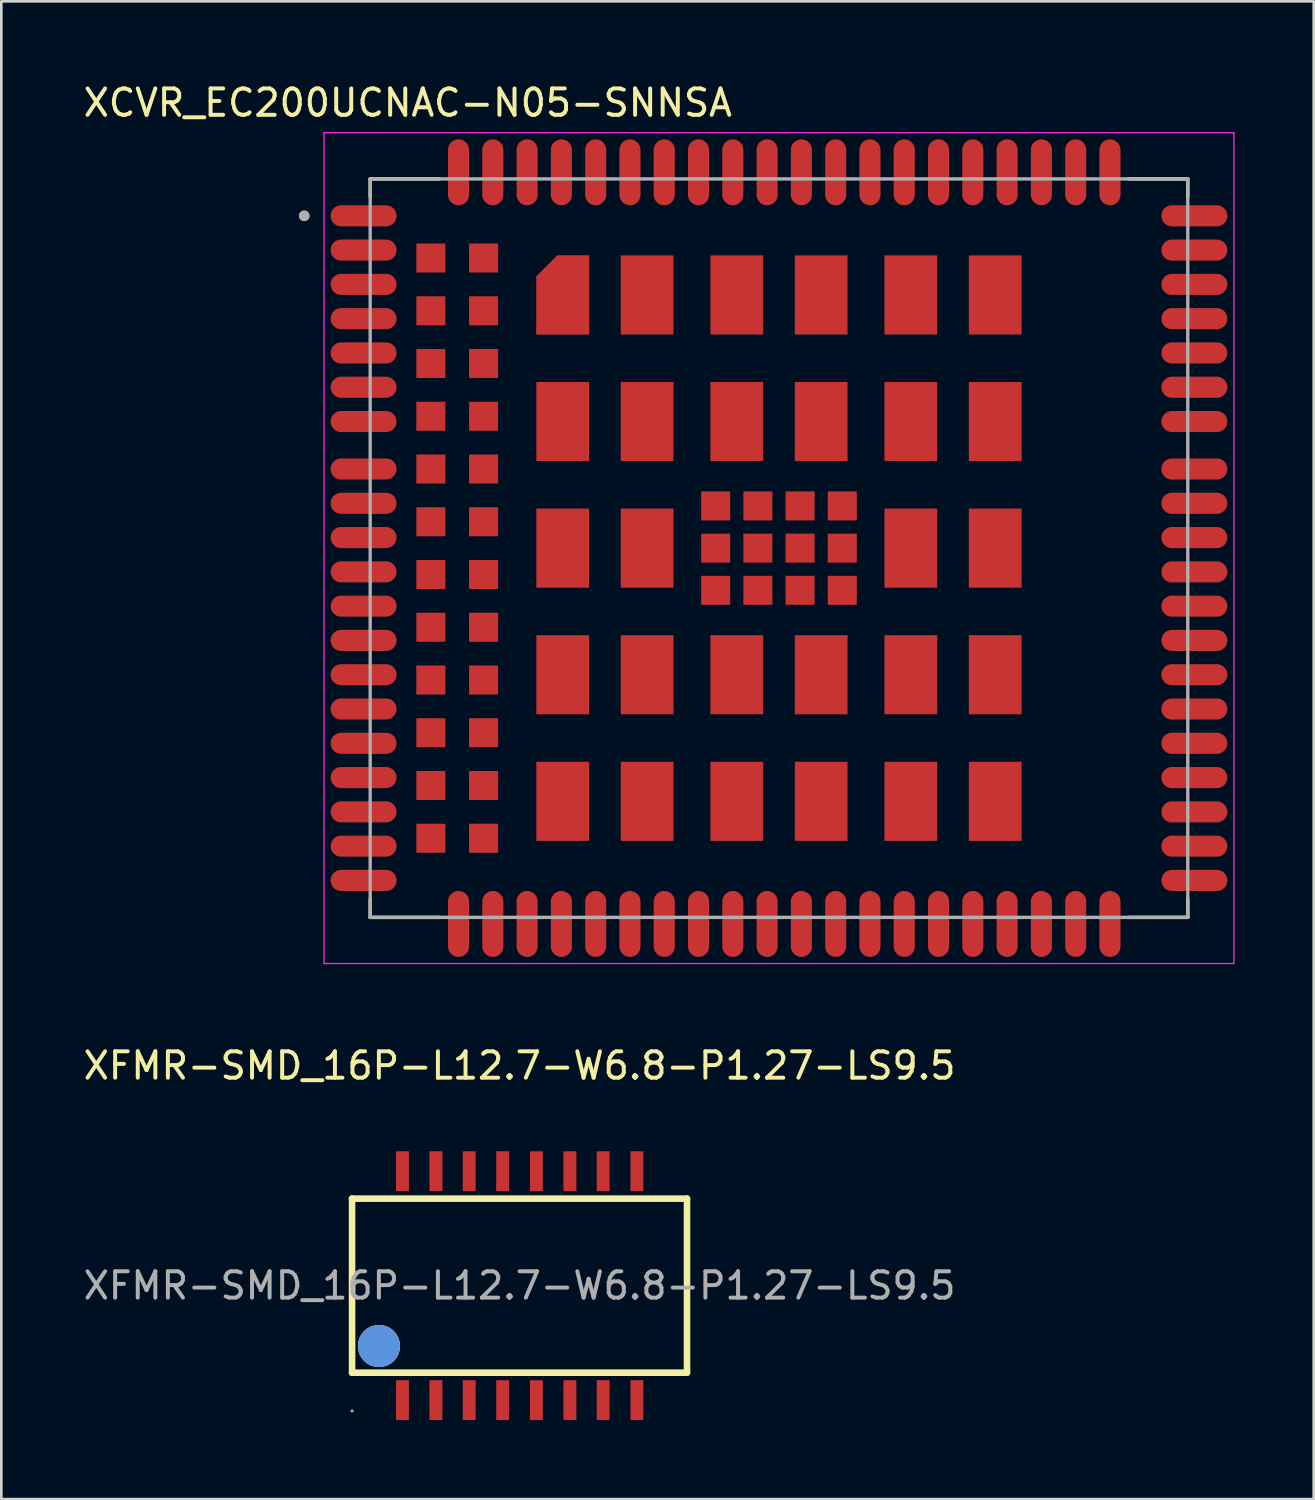
<source format=kicad_pcb>
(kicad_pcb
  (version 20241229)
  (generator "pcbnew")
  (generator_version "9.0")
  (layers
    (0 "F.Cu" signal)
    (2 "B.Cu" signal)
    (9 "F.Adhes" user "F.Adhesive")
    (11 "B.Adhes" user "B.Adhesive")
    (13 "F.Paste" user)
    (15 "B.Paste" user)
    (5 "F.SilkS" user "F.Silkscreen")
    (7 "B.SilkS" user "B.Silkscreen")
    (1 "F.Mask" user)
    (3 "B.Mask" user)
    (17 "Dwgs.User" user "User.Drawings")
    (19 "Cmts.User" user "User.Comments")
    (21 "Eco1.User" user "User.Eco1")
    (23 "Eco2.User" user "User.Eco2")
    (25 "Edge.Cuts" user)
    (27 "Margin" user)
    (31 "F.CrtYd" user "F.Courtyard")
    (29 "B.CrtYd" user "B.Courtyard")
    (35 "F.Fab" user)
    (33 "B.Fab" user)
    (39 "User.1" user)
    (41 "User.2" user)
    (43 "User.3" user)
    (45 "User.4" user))
  (footprint "XFMR-SMD_16P-L12.7-W6.8-P1.27-LS9.5"
    (layer "F.Cu")
    (at 16.649 45.697)
    (property "Reference" "XFMR-SMD_16P-L12.7-W6.8-P1.27-LS9.5" (at 0 -8.34 0) (layer "F.SilkS") (effects (font (size 1 1) (thickness 0.15))))
    (attr through_hole)
    (fp_line (start -6.35 -3.3) (end -6.35 3.3) (stroke (width 0.25) (type solid)) (layer "F.SilkS"))
    (fp_line (start -6.35 3.3) (end 6.35 3.3) (stroke (width 0.25) (type solid)) (layer "F.SilkS"))
    (fp_line (start 6.35 -3.3) (end -6.35 -3.3) (stroke (width 0.25) (type solid)) (layer "F.SilkS"))
    (fp_line (start 6.35 3.3) (end 6.35 -3.3) (stroke (width 0.25) (type solid)) (layer "F.SilkS"))
    (fp_circle (center -5.33 2.29) (end -4.93 2.29) (stroke (width 0.8) (type solid)) (fill no) (layer "F.SilkS"))
    (fp_circle (center -5.33 2.29) (end -4.93 2.29) (stroke (width 0.8) (type solid)) (fill no) (layer "Cmts.User"))
    (fp_circle (center -6.35 4.75) (end -6.32 4.75) (stroke (width 0.06) (type solid)) (fill no) (layer "F.Fab"))
    (fp_text user "${REFERENCE}" (at 0 0 0) (layer "F.Fab") (effects (font (size 1 1) (thickness 0.15))))
    (pad "1" smd rect (at -4.44 4.34) (size 0.49 1.51) (layers "F.Cu" "F.Mask" "F.Paste"))
    (pad "2" smd rect (at -3.17 4.34) (size 0.49 1.51) (layers "F.Cu" "F.Mask" "F.Paste"))
    (pad "3" smd rect (at -1.91 4.34) (size 0.49 1.51) (layers "F.Cu" "F.Mask" "F.Paste"))
    (pad "4" smd rect (at -0.64 4.34) (size 0.49 1.51) (layers "F.Cu" "F.Mask" "F.Paste"))
    (pad "5" smd rect (at 0.64 4.34) (size 0.49 1.51) (layers "F.Cu" "F.Mask" "F.Paste"))
    (pad "6" smd rect (at 1.91 4.34) (size 0.49 1.51) (layers "F.Cu" "F.Mask" "F.Paste"))
    (pad "7" smd rect (at 3.17 4.34) (size 0.49 1.51) (layers "F.Cu" "F.Mask" "F.Paste"))
    (pad "8" smd rect (at 4.45 4.34) (size 0.49 1.51) (layers "F.Cu" "F.Mask" "F.Paste"))
    (pad "9" smd rect (at 4.45 -4.34) (size 0.49 1.51) (layers "F.Cu" "F.Mask" "F.Paste"))
    (pad "10" smd rect (at 3.17 -4.34) (size 0.49 1.51) (layers "F.Cu" "F.Mask" "F.Paste"))
    (pad "11" smd rect (at 1.91 -4.34) (size 0.49 1.51) (layers "F.Cu" "F.Mask" "F.Paste"))
    (pad "12" smd rect (at 0.64 -4.34) (size 0.49 1.51) (layers "F.Cu" "F.Mask" "F.Paste"))
    (pad "13" smd rect (at -0.64 -4.34) (size 0.49 1.51) (layers "F.Cu" "F.Mask" "F.Paste"))
    (pad "14" smd rect (at -1.91 -4.34) (size 0.49 1.51) (layers "F.Cu" "F.Mask" "F.Paste"))
    (pad "15" smd rect (at -3.17 -4.34) (size 0.49 1.51) (layers "F.Cu" "F.Mask" "F.Paste"))
    (pad "16" smd rect (at -4.44 -4.34) (size 0.49 1.51) (layers "F.Cu" "F.Mask" "F.Paste")))
  (footprint "XCVR_EC200UCNAC-N05-SNNSA"
    (layer "F.Cu")
    (at 26.486 17.733)
    (property "Reference" "XCVR_EC200UCNAC-N05-SNNSA" (at -14.075 -16.885 0) (layer "F.SilkS") (effects (font (size 1 1) (thickness 0.15))))
    (attr smd)
    (fp_poly (pts (xy -7.1 -11.2) (xy -8.45 -11.2) (xy -9.3 -10.35) (xy -9.3 -8) (xy -7.1 -8)) (stroke (width 0.01) (type solid)) (fill yes) (layer "F.Mask"))
    (fp_line (start -15.5 -14) (end -12.87 -14) (stroke (width 0.127) (type solid)) (layer "F.SilkS"))
    (fp_line (start -15.5 -13.32) (end -15.5 -14) (stroke (width 0.127) (type solid)) (layer "F.SilkS"))
    (fp_line (start -15.5 14) (end -15.5 13.32) (stroke (width 0.127) (type solid)) (layer "F.SilkS"))
    (fp_line (start -12.87 14) (end -15.5 14) (stroke (width 0.127) (type solid)) (layer "F.SilkS"))
    (fp_line (start 13.27 -14) (end 15.5 -14) (stroke (width 0.127) (type solid)) (layer "F.SilkS"))
    (fp_line (start 15.5 -14) (end 15.5 -13.32) (stroke (width 0.127) (type solid)) (layer "F.SilkS"))
    (fp_line (start 15.5 14) (end 13.27 14) (stroke (width 0.127) (type solid)) (layer "F.SilkS"))
    (fp_line (start 15.5 14) (end 15.5 13.32) (stroke (width 0.127) (type solid)) (layer "F.SilkS"))
    (fp_circle (center -18 -12.6) (end -17.9 -12.6) (stroke (width 0.2) (type solid)) (fill no) (layer "F.SilkS"))
    (fp_poly (pts (xy -7.2 -11.1) (xy -8.4 -11.1) (xy -9.2 -10.3) (xy -9.2 -8.1) (xy -7.2 -8.1)) (stroke (width 0.01) (type solid)) (fill yes) (layer "F.Paste"))
    (fp_line (start -17.25 -15.75) (end -17.25 15.75) (stroke (width 0.05) (type solid)) (layer "F.CrtYd"))
    (fp_line (start -17.25 15.75) (end 17.25 15.75) (stroke (width 0.05) (type solid)) (layer "F.CrtYd"))
    (fp_line (start 17.25 -15.75) (end -17.25 -15.75) (stroke (width 0.05) (type solid)) (layer "F.CrtYd"))
    (fp_line (start 17.25 15.75) (end 17.25 -15.75) (stroke (width 0.05) (type solid)) (layer "F.CrtYd"))
    (fp_line (start -15.5 -14) (end 15.5 -14) (stroke (width 0.127) (type solid)) (layer "F.Fab"))
    (fp_line (start -15.5 14) (end -15.5 -14) (stroke (width 0.127) (type solid)) (layer "F.Fab"))
    (fp_line (start 15.5 -14) (end 15.5 14) (stroke (width 0.127) (type solid)) (layer "F.Fab"))
    (fp_line (start 15.5 14) (end -15.5 14) (stroke (width 0.127) (type solid)) (layer "F.Fab"))
    (fp_circle (center -18 -12.6) (end -17.9 -12.6) (stroke (width 0.2) (type solid)) (fill no) (layer "F.Fab"))
    (pad "1" smd oval (at -15.75 -12.6) (size 2.5 0.8) (layers "F.Cu" "F.Mask" "F.Paste"))
    (pad "2" smd oval (at -15.75 -11.3) (size 2.5 0.8) (layers "F.Cu" "F.Mask" "F.Paste"))
    (pad "3" smd oval (at -15.75 -10) (size 2.5 0.8) (layers "F.Cu" "F.Mask" "F.Paste"))
    (pad "4" smd oval (at -15.75 -8.7) (size 2.5 0.8) (layers "F.Cu" "F.Mask" "F.Paste"))
    (pad "5" smd oval (at -15.75 -7.4) (size 2.5 0.8) (layers "F.Cu" "F.Mask" "F.Paste"))
    (pad "6" smd oval (at -15.75 -6.1) (size 2.5 0.8) (layers "F.Cu" "F.Mask" "F.Paste"))
    (pad "7" smd oval (at -15.75 -4.8) (size 2.5 0.8) (layers "F.Cu" "F.Mask" "F.Paste"))
    (pad "8" smd oval (at -15.75 -0.4) (size 2.5 0.8) (layers "F.Cu" "F.Mask" "F.Paste"))
    (pad "9" smd oval (at -15.75 0.9) (size 2.5 0.8) (layers "F.Cu" "F.Mask" "F.Paste"))
    (pad "10" smd oval (at -15.75 2.2) (size 2.5 0.8) (layers "F.Cu" "F.Mask" "F.Paste"))
    (pad "11" smd oval (at -15.75 3.5) (size 2.5 0.8) (layers "F.Cu" "F.Mask" "F.Paste"))
    (pad "12" smd oval (at -15.75 4.8) (size 2.5 0.8) (layers "F.Cu" "F.Mask" "F.Paste"))
    (pad "13" smd oval (at -15.75 6.1) (size 2.5 0.8) (layers "F.Cu" "F.Mask" "F.Paste"))
    (pad "14" smd oval (at -15.75 7.4) (size 2.5 0.8) (layers "F.Cu" "F.Mask" "F.Paste"))
    (pad "15" smd oval (at -15.75 8.7) (size 2.5 0.8) (layers "F.Cu" "F.Mask" "F.Paste"))
    (pad "16" smd oval (at -15.75 10) (size 2.5 0.8) (layers "F.Cu" "F.Mask" "F.Paste"))
    (pad "17" smd oval (at -15.75 11.3) (size 2.5 0.8) (layers "F.Cu" "F.Mask" "F.Paste"))
    (pad "18" smd oval (at -15.75 12.6) (size 2.5 0.8) (layers "F.Cu" "F.Mask" "F.Paste"))
    (pad "19" smd oval (at -9.55 14.25) (size 0.8 2.5) (layers "F.Cu" "F.Mask" "F.Paste"))
    (pad "20" smd oval (at -8.25 14.25) (size 0.8 2.5) (layers "F.Cu" "F.Mask" "F.Paste"))
    (pad "21" smd oval (at -6.95 14.25) (size 0.8 2.5) (layers "F.Cu" "F.Mask" "F.Paste"))
    (pad "22" smd oval (at -5.65 14.25) (size 0.8 2.5) (layers "F.Cu" "F.Mask" "F.Paste"))
    (pad "23" smd oval (at -4.35 14.25) (size 0.8 2.5) (layers "F.Cu" "F.Mask" "F.Paste"))
    (pad "24" smd oval (at -3.05 14.25) (size 0.8 2.5) (layers "F.Cu" "F.Mask" "F.Paste"))
    (pad "25" smd oval (at -1.75 14.25) (size 0.8 2.5) (layers "F.Cu" "F.Mask" "F.Paste"))
    (pad "26" smd oval (at -0.45 14.25) (size 0.8 2.5) (layers "F.Cu" "F.Mask" "F.Paste"))
    (pad "27" smd oval (at 0.85 14.25) (size 0.8 2.5) (layers "F.Cu" "F.Mask" "F.Paste"))
    (pad "28" smd oval (at 2.15 14.25) (size 0.8 2.5) (layers "F.Cu" "F.Mask" "F.Paste"))
    (pad "29" smd oval (at 3.45 14.25) (size 0.8 2.5) (layers "F.Cu" "F.Mask" "F.Paste"))
    (pad "30" smd oval (at 4.75 14.25) (size 0.8 2.5) (layers "F.Cu" "F.Mask" "F.Paste"))
    (pad "31" smd oval (at 6.05 14.25) (size 0.8 2.5) (layers "F.Cu" "F.Mask" "F.Paste"))
    (pad "32" smd oval (at 7.35 14.25) (size 0.8 2.5) (layers "F.Cu" "F.Mask" "F.Paste"))
    (pad "33" smd oval (at 8.65 14.25) (size 0.8 2.5) (layers "F.Cu" "F.Mask" "F.Paste"))
    (pad "34" smd oval (at 9.95 14.25) (size 0.8 2.5) (layers "F.Cu" "F.Mask" "F.Paste"))
    (pad "35" smd oval (at 11.25 14.25) (size 0.8 2.5) (layers "F.Cu" "F.Mask" "F.Paste"))
    (pad "36" smd oval (at 12.55 14.25) (size 0.8 2.5) (layers "F.Cu" "F.Mask" "F.Paste"))
    (pad "37" smd oval (at 15.75 12.6) (size 2.5 0.8) (layers "F.Cu" "F.Mask" "F.Paste"))
    (pad "38" smd oval (at 15.75 11.3) (size 2.5 0.8) (layers "F.Cu" "F.Mask" "F.Paste"))
    (pad "39" smd oval (at 15.75 10) (size 2.5 0.8) (layers "F.Cu" "F.Mask" "F.Paste"))
    (pad "40" smd oval (at 15.75 8.7) (size 2.5 0.8) (layers "F.Cu" "F.Mask" "F.Paste"))
    (pad "41" smd oval (at 15.75 7.4) (size 2.5 0.8) (layers "F.Cu" "F.Mask" "F.Paste"))
    (pad "42" smd oval (at 15.75 6.1) (size 2.5 0.8) (layers "F.Cu" "F.Mask" "F.Paste"))
    (pad "43" smd oval (at 15.75 4.8) (size 2.5 0.8) (layers "F.Cu" "F.Mask" "F.Paste"))
    (pad "44" smd oval (at 15.75 3.5) (size 2.5 0.8) (layers "F.Cu" "F.Mask" "F.Paste"))
    (pad "45" smd oval (at 15.75 2.2) (size 2.5 0.8) (layers "F.Cu" "F.Mask" "F.Paste"))
    (pad "46" smd oval (at 15.75 0.9) (size 2.5 0.8) (layers "F.Cu" "F.Mask" "F.Paste"))
    (pad "47" smd oval (at 15.75 -0.4) (size 2.5 0.8) (layers "F.Cu" "F.Mask" "F.Paste"))
    (pad "48" smd oval (at 15.75 -4.8) (size 2.5 0.8) (layers "F.Cu" "F.Mask" "F.Paste"))
    (pad "49" smd oval (at 15.75 -6.1) (size 2.5 0.8) (layers "F.Cu" "F.Mask" "F.Paste"))
    (pad "50" smd oval (at 15.75 -7.4) (size 2.5 0.8) (layers "F.Cu" "F.Mask" "F.Paste"))
    (pad "51" smd oval (at 15.75 -8.7) (size 2.5 0.8) (layers "F.Cu" "F.Mask" "F.Paste"))
    (pad "52" smd oval (at 15.75 -10) (size 2.5 0.8) (layers "F.Cu" "F.Mask" "F.Paste"))
    (pad "53" smd oval (at 15.75 -11.3) (size 2.5 0.8) (layers "F.Cu" "F.Mask" "F.Paste"))
    (pad "54" smd oval (at 15.75 -12.6) (size 2.5 0.8) (layers "F.Cu" "F.Mask" "F.Paste"))
    (pad "55" smd oval (at 12.55 -14.25) (size 0.8 2.5) (layers "F.Cu" "F.Mask" "F.Paste"))
    (pad "56" smd oval (at 11.25 -14.25) (size 0.8 2.5) (layers "F.Cu" "F.Mask" "F.Paste"))
    (pad "57" smd oval (at 9.95 -14.25) (size 0.8 2.5) (layers "F.Cu" "F.Mask" "F.Paste"))
    (pad "58" smd oval (at 8.65 -14.25) (size 0.8 2.5) (layers "F.Cu" "F.Mask" "F.Paste"))
    (pad "59" smd oval (at 7.35 -14.25) (size 0.8 2.5) (layers "F.Cu" "F.Mask" "F.Paste"))
    (pad "60" smd oval (at 6.05 -14.25) (size 0.8 2.5) (layers "F.Cu" "F.Mask" "F.Paste"))
    (pad "61" smd oval (at 4.75 -14.25) (size 0.8 2.5) (layers "F.Cu" "F.Mask" "F.Paste"))
    (pad "62" smd oval (at 3.45 -14.25) (size 0.8 2.5) (layers "F.Cu" "F.Mask" "F.Paste"))
    (pad "63" smd oval (at 2.15 -14.25) (size 0.8 2.5) (layers "F.Cu" "F.Mask" "F.Paste"))
    (pad "64" smd oval (at 0.85 -14.25) (size 0.8 2.5) (layers "F.Cu" "F.Mask" "F.Paste"))
    (pad "65" smd oval (at -0.45 -14.25) (size 0.8 2.5) (layers "F.Cu" "F.Mask" "F.Paste"))
    (pad "66" smd oval (at -1.75 -14.25) (size 0.8 2.5) (layers "F.Cu" "F.Mask" "F.Paste"))
    (pad "67" smd oval (at -3.05 -14.25) (size 0.8 2.5) (layers "F.Cu" "F.Mask" "F.Paste"))
    (pad "68" smd oval (at -4.35 -14.25) (size 0.8 2.5) (layers "F.Cu" "F.Mask" "F.Paste"))
    (pad "69" smd oval (at -5.65 -14.25) (size 0.8 2.5) (layers "F.Cu" "F.Mask" "F.Paste"))
    (pad "70" smd oval (at -6.95 -14.25) (size 0.8 2.5) (layers "F.Cu" "F.Mask" "F.Paste"))
    (pad "71" smd oval (at -8.25 -14.25) (size 0.8 2.5) (layers "F.Cu" "F.Mask" "F.Paste"))
    (pad "72" smd oval (at -9.55 -14.25) (size 0.8 2.5) (layers "F.Cu" "F.Mask" "F.Paste"))
    (pad "73" smd rect (at 2.4 -1.6) (size 1.1 1.1) (layers "F.Cu" "F.Mask" "F.Paste"))
    (pad "74" smd rect (at 2.4 0) (size 1.1 1.1) (layers "F.Cu" "F.Mask" "F.Paste"))
    (pad "75" smd rect (at 2.4 1.6) (size 1.1 1.1) (layers "F.Cu" "F.Mask" "F.Paste"))
    (pad "76" smd rect (at 0.8 -1.6) (size 1.1 1.1) (layers "F.Cu" "F.Mask" "F.Paste"))
    (pad "77" smd rect (at 0.8 0) (size 1.1 1.1) (layers "F.Cu" "F.Mask" "F.Paste"))
    (pad "78" smd rect (at 0.8 1.6) (size 1.1 1.1) (layers "F.Cu" "F.Mask" "F.Paste"))
    (pad "79" smd rect (at -0.8 -1.6) (size 1.1 1.1) (layers "F.Cu" "F.Mask" "F.Paste"))
    (pad "80" smd rect (at -0.8 0) (size 1.1 1.1) (layers "F.Cu" "F.Mask" "F.Paste"))
    (pad "81" smd rect (at -0.8 1.6) (size 1.1 1.1) (layers "F.Cu" "F.Mask" "F.Paste"))
    (pad "82" smd rect (at -2.4 -1.6) (size 1.1 1.1) (layers "F.Cu" "F.Mask" "F.Paste"))
    (pad "83" smd rect (at -2.4 0) (size 1.1 1.1) (layers "F.Cu" "F.Mask" "F.Paste"))
    (pad "84" smd rect (at -2.4 1.6) (size 1.1 1.1) (layers "F.Cu" "F.Mask" "F.Paste"))
    (pad "85" smd rect (at 8.2 -9.6) (size 2 3) (layers "F.Cu" "F.Mask" "F.Paste"))
    (pad "86" smd rect (at 8.2 -4.8) (size 2 3) (layers "F.Cu" "F.Mask" "F.Paste"))
    (pad "87" smd rect (at 8.2 0) (size 2 3) (layers "F.Cu" "F.Mask" "F.Paste"))
    (pad "88" smd rect (at 8.2 4.8) (size 2 3) (layers "F.Cu" "F.Mask" "F.Paste"))
    (pad "89" smd rect (at 8.2 9.6) (size 2 3) (layers "F.Cu" "F.Mask" "F.Paste"))
    (pad "90" smd rect (at 5 -9.6) (size 2 3) (layers "F.Cu" "F.Mask" "F.Paste"))
    (pad "91" smd rect (at 5 -4.8) (size 2 3) (layers "F.Cu" "F.Mask" "F.Paste"))
    (pad "92" smd rect (at 5 0) (size 2 3) (layers "F.Cu" "F.Mask" "F.Paste"))
    (pad "93" smd rect (at 5 4.8) (size 2 3) (layers "F.Cu" "F.Mask" "F.Paste"))
    (pad "94" smd rect (at 5 9.6) (size 2 3) (layers "F.Cu" "F.Mask" "F.Paste"))
    (pad "95" smd rect (at 1.6 -9.6) (size 2 3) (layers "F.Cu" "F.Mask" "F.Paste"))
    (pad "96" smd rect (at 1.6 -4.8) (size 2 3) (layers "F.Cu" "F.Mask" "F.Paste"))
    (pad "97" smd rect (at 1.6 4.8) (size 2 3) (layers "F.Cu" "F.Mask" "F.Paste"))
    (pad "98" smd rect (at 1.6 9.6) (size 2 3) (layers "F.Cu" "F.Mask" "F.Paste"))
    (pad "99" smd rect (at -1.6 -9.6) (size 2 3) (layers "F.Cu" "F.Mask" "F.Paste"))
    (pad "100" smd rect (at -1.6 -4.8) (size 2 3) (layers "F.Cu" "F.Mask" "F.Paste"))
    (pad "101" smd rect (at -1.6 4.8) (size 2 3) (layers "F.Cu" "F.Mask" "F.Paste"))
    (pad "102" smd rect (at -1.6 9.6) (size 2 3) (layers "F.Cu" "F.Mask" "F.Paste"))
    (pad "103" smd rect (at -5 -9.6) (size 2 3) (layers "F.Cu" "F.Mask" "F.Paste"))
    (pad "104" smd rect (at -5 -4.8) (size 2 3) (layers "F.Cu" "F.Mask" "F.Paste"))
    (pad "105" smd rect (at -5 0) (size 2 3) (layers "F.Cu" "F.Mask" "F.Paste"))
    (pad "106" smd rect (at -5 4.8) (size 2 3) (layers "F.Cu" "F.Mask" "F.Paste"))
    (pad "107" smd rect (at -5 9.6) (size 2 3) (layers "F.Cu" "F.Mask" "F.Paste"))
    (pad "108" smd custom (at -8.2 -9.6) (size 1 1) (layers "F.Cu") (options (anchor rect)) (primitives (gr_poly (pts (xy 1 -1.5) (xy -0.2 -1.5) (xy -1 -0.7) (xy -1 1.5) (xy 1 1.5)) (width 0.01) (fill yes))))
    (pad "109" smd rect (at -8.2 -4.8) (size 2 3) (layers "F.Cu" "F.Mask" "F.Paste"))
    (pad "110" smd rect (at -8.2 0) (size 2 3) (layers "F.Cu" "F.Mask" "F.Paste"))
    (pad "111" smd rect (at -8.2 4.8) (size 2 3) (layers "F.Cu" "F.Mask" "F.Paste"))
    (pad "112" smd rect (at -8.2 9.6) (size 2 3) (layers "F.Cu" "F.Mask" "F.Paste"))
    (pad "113" smd oval (at -10.85 -14.25) (size 0.8 2.5) (layers "F.Cu" "F.Mask" "F.Paste"))
    (pad "114" smd oval (at -12.15 -14.25) (size 0.8 2.5) (layers "F.Cu" "F.Mask" "F.Paste"))
    (pad "115" smd oval (at -10.85 14.25) (size 0.8 2.5) (layers "F.Cu" "F.Mask" "F.Paste"))
    (pad "116" smd oval (at -12.15 14.25) (size 0.8 2.5) (layers "F.Cu" "F.Mask" "F.Paste"))
    (pad "117" smd rect (at -11.2 -11) (size 1.1 1.1) (layers "F.Cu" "F.Mask" "F.Paste"))
    (pad "118" smd rect (at -11.2 -9) (size 1.1 1.1) (layers "F.Cu" "F.Mask" "F.Paste"))
    (pad "119" smd rect (at -11.2 -7) (size 1.1 1.1) (layers "F.Cu" "F.Mask" "F.Paste"))
    (pad "120" smd rect (at -11.2 -5) (size 1.1 1.1) (layers "F.Cu" "F.Mask" "F.Paste"))
    (pad "121" smd rect (at -11.2 -3) (size 1.1 1.1) (layers "F.Cu" "F.Mask" "F.Paste"))
    (pad "122" smd rect (at -11.2 -1) (size 1.1 1.1) (layers "F.Cu" "F.Mask" "F.Paste"))
    (pad "123" smd rect (at -11.2 1) (size 1.1 1.1) (layers "F.Cu" "F.Mask" "F.Paste"))
    (pad "124" smd rect (at -11.2 3) (size 1.1 1.1) (layers "F.Cu" "F.Mask" "F.Paste"))
    (pad "125" smd rect (at -11.2 5) (size 1.1 1.1) (layers "F.Cu" "F.Mask" "F.Paste"))
    (pad "126" smd rect (at -11.2 7) (size 1.1 1.1) (layers "F.Cu" "F.Mask" "F.Paste"))
    (pad "127" smd rect (at -11.2 9) (size 1.1 1.1) (layers "F.Cu" "F.Mask" "F.Paste"))
    (pad "128" smd rect (at -11.2 11) (size 1.1 1.1) (layers "F.Cu" "F.Mask" "F.Paste"))
    (pad "129" smd rect (at -13.2 -11) (size 1.1 1.1) (layers "F.Cu" "F.Mask" "F.Paste"))
    (pad "130" smd rect (at -13.2 -9) (size 1.1 1.1) (layers "F.Cu" "F.Mask" "F.Paste"))
    (pad "131" smd rect (at -13.2 -7) (size 1.1 1.1) (layers "F.Cu" "F.Mask" "F.Paste"))
    (pad "132" smd rect (at -13.2 -5) (size 1.1 1.1) (layers "F.Cu" "F.Mask" "F.Paste"))
    (pad "133" smd rect (at -13.2 -3) (size 1.1 1.1) (layers "F.Cu" "F.Mask" "F.Paste"))
    (pad "134" smd rect (at -13.2 -1) (size 1.1 1.1) (layers "F.Cu" "F.Mask" "F.Paste"))
    (pad "135" smd rect (at -13.2 1) (size 1.1 1.1) (layers "F.Cu" "F.Mask" "F.Paste"))
    (pad "136" smd rect (at -13.2 3) (size 1.1 1.1) (layers "F.Cu" "F.Mask" "F.Paste"))
    (pad "137" smd rect (at -13.2 5) (size 1.1 1.1) (layers "F.Cu" "F.Mask" "F.Paste"))
    (pad "138" smd rect (at -13.2 7) (size 1.1 1.1) (layers "F.Cu" "F.Mask" "F.Paste"))
    (pad "139" smd rect (at -13.2 9) (size 1.1 1.1) (layers "F.Cu" "F.Mask" "F.Paste"))
    (pad "140" smd rect (at -13.2 11) (size 1.1 1.1) (layers "F.Cu" "F.Mask" "F.Paste"))
    (pad "141" smd oval (at -15.75 -3) (size 2.5 0.8) (layers "F.Cu" "F.Mask" "F.Paste"))
    (pad "142" smd oval (at -15.75 -1.7) (size 2.5 0.8) (layers "F.Cu" "F.Mask" "F.Paste"))
    (pad "143" smd oval (at 15.75 -1.7) (size 2.5 0.8) (layers "F.Cu" "F.Mask" "F.Paste"))
    (pad "144" smd oval (at 15.75 -3) (size 2.5 0.8) (layers "F.Cu" "F.Mask" "F.Paste")))
  (gr_rect
    (start -3 -3)
    (end 46.761 53.791)
    (stroke (width 0.1) (type default))
    (fill no)
    (layer "Edge.Cuts")))
</source>
